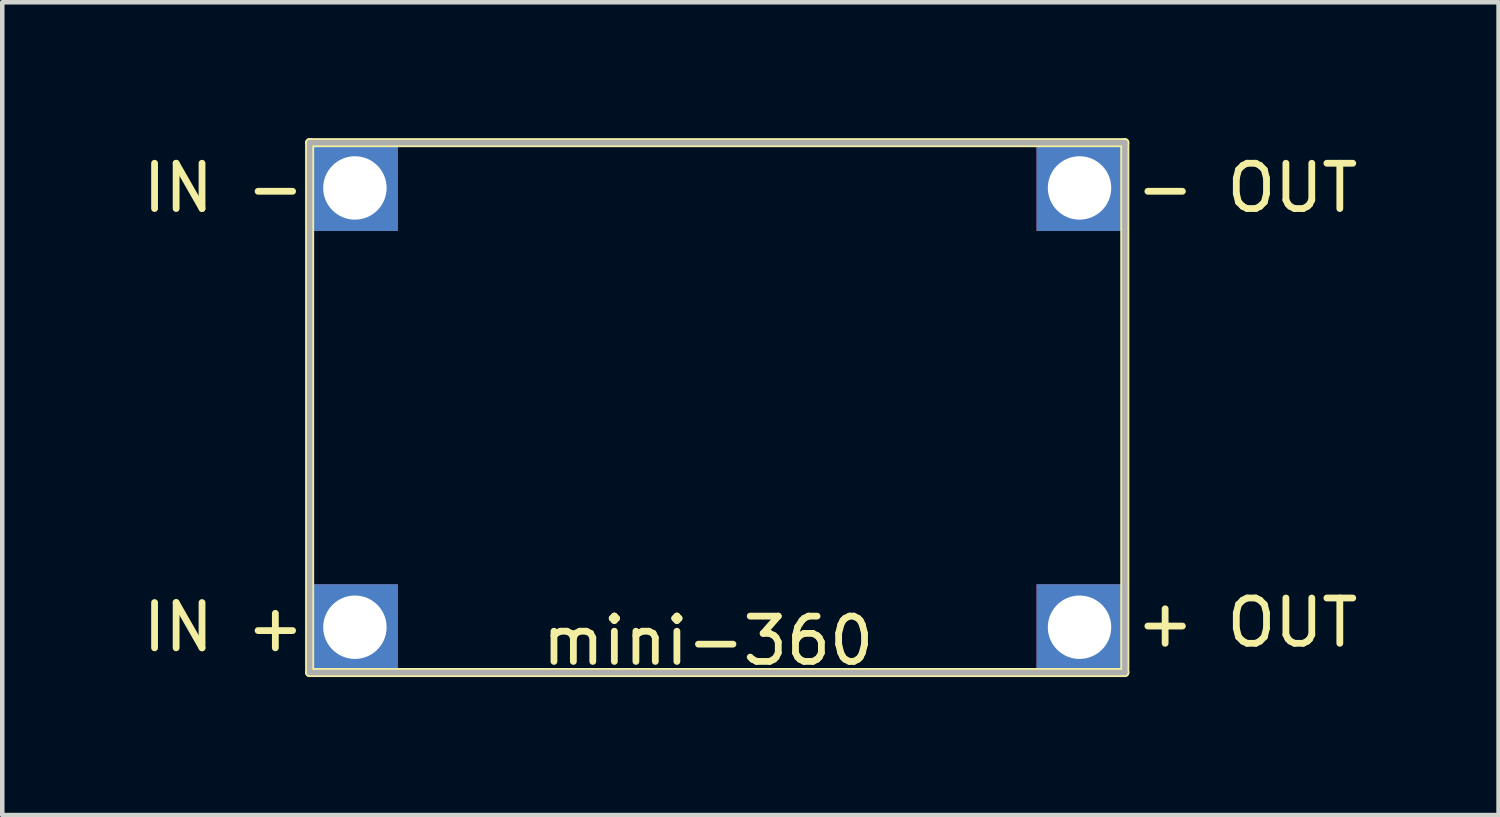
<source format=kicad_pcb>
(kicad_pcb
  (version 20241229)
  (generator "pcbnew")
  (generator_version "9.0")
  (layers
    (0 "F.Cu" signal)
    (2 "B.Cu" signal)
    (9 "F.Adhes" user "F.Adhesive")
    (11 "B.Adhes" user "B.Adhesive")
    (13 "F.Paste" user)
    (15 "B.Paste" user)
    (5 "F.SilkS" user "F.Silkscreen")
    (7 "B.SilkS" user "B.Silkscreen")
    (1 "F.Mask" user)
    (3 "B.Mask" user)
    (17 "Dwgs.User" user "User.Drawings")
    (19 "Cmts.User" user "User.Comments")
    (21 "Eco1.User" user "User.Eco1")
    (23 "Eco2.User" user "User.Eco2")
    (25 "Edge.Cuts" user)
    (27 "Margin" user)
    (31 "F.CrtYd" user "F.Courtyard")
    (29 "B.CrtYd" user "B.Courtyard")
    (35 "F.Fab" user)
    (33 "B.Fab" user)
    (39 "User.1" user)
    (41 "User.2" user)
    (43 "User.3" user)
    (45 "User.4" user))
  (footprint "mini-360"
    (layer "F.Cu")
    (at 12.587 5.5)
    (property "Reference" "mini-360" (at 0 5.6 180) (layer "F.SilkS") (effects (font (size 1 1) (thickness 0.15))))
    (attr through_hole)
    (fp_line (start -8.8 -5.4) (end -8.8 6.3) (stroke (width 0.2) (type solid)) (layer "F.SilkS"))
    (fp_line (start -8.8 6.3) (end 9.2 6.3) (stroke (width 0.2) (type solid)) (layer "F.SilkS"))
    (fp_line (start 9.2 -5.4) (end -8.8 -5.4) (stroke (width 0.2) (type solid)) (layer "F.SilkS"))
    (fp_line (start 9.2 6.3) (end 9.2 -5.4) (stroke (width 0.2) (type solid)) (layer "F.SilkS"))
    (fp_line (start -8.8 -5.4) (end 9.2 -5.4) (stroke (width 0.12) (type solid)) (layer "F.Fab"))
    (fp_line (start -8.8 6.3) (end -8.8 -5.4) (stroke (width 0.12) (type solid)) (layer "F.Fab"))
    (fp_line (start 9.2 -5.4) (end 9.2 6.3) (stroke (width 0.12) (type solid)) (layer "F.Fab"))
    (fp_line (start 9.2 6.3) (end -8.8 6.3) (stroke (width 0.12) (type solid)) (layer "F.Fab"))
    (fp_text user "IN +" (at -10.7 5.3 180) (layer "F.SilkS") (effects (font (size 1 1) (thickness 0.15))))
    (fp_text user "+ OUT" (at 11.9 5.2 180) (layer "F.SilkS") (effects (font (size 1 1) (thickness 0.15))))
    (fp_text user "IN -" (at -10.7 -4.4 180) (layer "F.SilkS") (effects (font (size 1 1) (thickness 0.15))))
    (fp_text user "- OUT" (at 11.9 -4.4 180) (layer "F.SilkS") (effects (font (size 1 1) (thickness 0.15))))
    (pad "1" thru_hole rect (at -7.8 -4.4) (size 1.9 1.9) (drill 1.4) (layers "*.Cu" "*.Mask"))
    (pad "2" thru_hole rect (at -7.8 5.3) (size 1.9 1.9) (drill 1.4) (layers "*.Cu" "*.Mask"))
    (pad "3" thru_hole rect (at 8.2 -4.4) (size 1.9 1.9) (drill 1.4) (layers "*.Cu" "*.Mask"))
    (pad "4" thru_hole rect (at 8.2 5.3) (size 1.9 1.9) (drill 1.4) (layers "*.Cu" "*.Mask")))
  (gr_rect
    (start -3 -3)
    (end 30.04 14.948)
    (stroke (width 0.1) (type default))
    (fill no)
    (layer "Edge.Cuts")))
</source>
